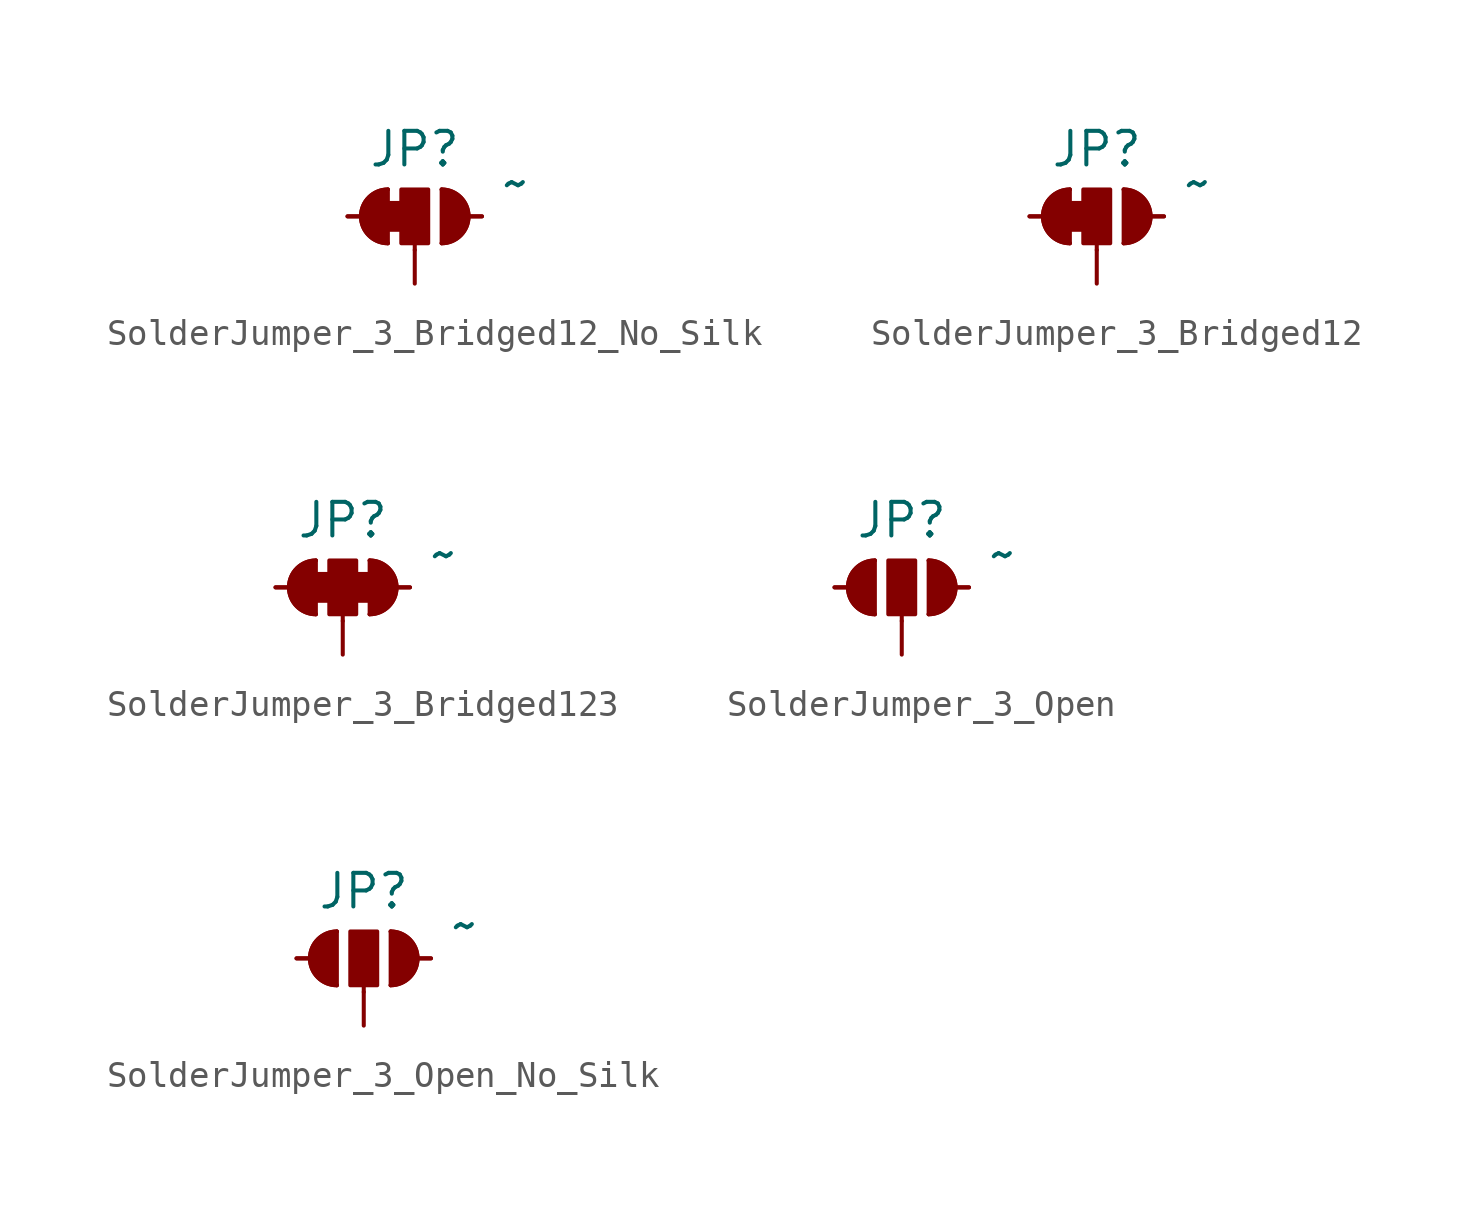
<source format=kicad_sym>
(kicad_symbol_lib
  (version 20231120)
  (generator "kicad_symbol_editor")
  (generator_version "8.0")
  (symbol "SolderJumper_3_Bridged12_No_Silk"
    (pin_numbers hide)
    (pin_names
      (offset 0) hide)
    (property "Reference" "JP"
      (at 0 2.54 0)
      (effects (font (size 1.27 1.27))))
    (property "Value" "~"
      (at 3.81 1.27 0)
      (effects (font (size 1.27 1.27))))
    (symbol "SolderJumper_3_Bridged12_No_Silk_0_1"
      (rectangle (start -1.016 0.508) (end -0.508 -0.508) (stroke (width 0) (type default)) (fill (type outline)))
      (arc (start -1.016 1.016) (mid -2.0276 0) (end -1.016 -1.016) (stroke (width 0) (type default)) (fill (type none)))
      (arc (start -1.016 1.016) (mid -2.0276 0) (end -1.016 -1.016) (stroke (width 0) (type default)) (fill (type outline)))
      (rectangle (start -0.508 1.016) (end 0.508 -1.016) (stroke (width 0) (type default)) (fill (type outline)))
      (polyline (pts (xy -2.54 0) (xy -2.032 0)) (stroke (width 0) (type default)) (fill (type none)))
      (polyline (pts (xy -1.016 1.016) (xy -1.016 -1.016)) (stroke (width 0) (type default)) (fill (type none)))
      (polyline (pts (xy 0 -1.27) (xy 0 -1.016)) (stroke (width 0) (type default)) (fill (type none)))
      (polyline (pts (xy 1.016 1.016) (xy 1.016 -1.016)) (stroke (width 0) (type default)) (fill (type none)))
      (polyline (pts (xy 2.54 0) (xy 2.032 0)) (stroke (width 0) (type default)) (fill (type none)))
      (arc (start 1.016 -1.016) (mid 2.0276 0) (end 1.016 1.016) (stroke (width 0) (type default)) (fill (type none)))
      (arc (start 1.016 -1.016) (mid 2.0276 0) (end 1.016 1.016) (stroke (width 0) (type default)) (fill (type outline))))
    (symbol "SolderJumper_3_Bridged12_No_Silk_1_1"
      (pin passive line (at -2.54 0 0) (length 1.27) (name "A" (effects (font (size 1.27 1.27)))) (number "1" (effects (font (size 1.27 1.27)))))
      (pin passive line (at 0 -2.54 90) (length 1.27) (name "B" (effects (font (size 1.27 1.27)))) (number "2" (effects (font (size 1.27 1.27)))))
      (pin passive line (at 2.54 0 180) (length 1.27) (name "C" (effects (font (size 1.27 1.27)))) (number "2" (effects (font (size 1.27 1.27)))))))
  (symbol "SolderJumper_3_Bridged12"
    (pin_numbers hide)
    (pin_names
      (offset 0) hide)
    (property "Reference" "JP"
      (at 0 2.54 0)
      (effects (font (size 1.27 1.27))))
    (property "Value" "~"
      (at 3.81 1.27 0)
      (effects (font (size 1.27 1.27))))
    (symbol "SolderJumper_3_Bridged12_0_1"
      (rectangle (start -1.016 0.508) (end -0.508 -0.508) (stroke (width 0) (type default)) (fill (type outline)))
      (arc (start -1.016 1.016) (mid -2.0276 0) (end -1.016 -1.016) (stroke (width 0) (type default)) (fill (type none)))
      (arc (start -1.016 1.016) (mid -2.0276 0) (end -1.016 -1.016) (stroke (width 0) (type default)) (fill (type outline)))
      (rectangle (start -0.508 1.016) (end 0.508 -1.016) (stroke (width 0) (type default)) (fill (type outline)))
      (polyline (pts (xy -2.54 0) (xy -2.032 0)) (stroke (width 0) (type default)) (fill (type none)))
      (polyline (pts (xy -1.016 1.016) (xy -1.016 -1.016)) (stroke (width 0) (type default)) (fill (type none)))
      (polyline (pts (xy 0 -1.27) (xy 0 -1.016)) (stroke (width 0) (type default)) (fill (type none)))
      (polyline (pts (xy 1.016 1.016) (xy 1.016 -1.016)) (stroke (width 0) (type default)) (fill (type none)))
      (polyline (pts (xy 2.54 0) (xy 2.032 0)) (stroke (width 0) (type default)) (fill (type none)))
      (arc (start 1.016 -1.016) (mid 2.0276 0) (end 1.016 1.016) (stroke (width 0) (type default)) (fill (type none)))
      (arc (start 1.016 -1.016) (mid 2.0276 0) (end 1.016 1.016) (stroke (width 0) (type default)) (fill (type outline))))
    (symbol "SolderJumper_3_Bridged12_1_1"
      (pin passive line (at -2.54 0 0) (length 1.27) (name "A" (effects (font (size 1.27 1.27)))) (number "1" (effects (font (size 1.27 1.27)))))
      (pin passive line (at 0 -2.54 90) (length 1.27) (name "B" (effects (font (size 1.27 1.27)))) (number "2" (effects (font (size 1.27 1.27)))))
      (pin passive line (at 2.54 0 180) (length 1.27) (name "C" (effects (font (size 1.27 1.27)))) (number "3" (effects (font (size 1.27 1.27)))))))
  (symbol "SolderJumper_3_Bridged123"
    (pin_numbers hide)
    (pin_names
      (offset 0) hide)
    (property "Reference" "JP"
      (at 0 2.54 0)
      (effects (font (size 1.27 1.27))))
    (property "Value" "~"
      (at 3.81 1.27 0)
      (effects (font (size 1.27 1.27))))
    (symbol "SolderJumper_3_Bridged123_0_1"
      (rectangle (start -1.016 0.508) (end -0.508 -0.508) (stroke (width 0) (type default)) (fill (type outline)))
      (arc (start -1.016 1.016) (mid -2.0276 0) (end -1.016 -1.016) (stroke (width 0) (type default)) (fill (type none)))
      (arc (start -1.016 1.016) (mid -2.0276 0) (end -1.016 -1.016) (stroke (width 0) (type default)) (fill (type outline)))
      (rectangle (start -0.508 1.016) (end 0.508 -1.016) (stroke (width 0) (type default)) (fill (type outline)))
      (polyline (pts (xy -2.54 0) (xy -2.032 0)) (stroke (width 0) (type default)) (fill (type none)))
      (polyline (pts (xy -1.016 1.016) (xy -1.016 -1.016)) (stroke (width 0) (type default)) (fill (type none)))
      (polyline (pts (xy 0 -1.27) (xy 0 -1.016)) (stroke (width 0) (type default)) (fill (type none)))
      (polyline (pts (xy 1.016 1.016) (xy 1.016 -1.016)) (stroke (width 0) (type default)) (fill (type none)))
      (polyline (pts (xy 2.54 0) (xy 2.032 0)) (stroke (width 0) (type default)) (fill (type none)))
      (rectangle (start 0.508 0.508) (end 1.016 -0.508) (stroke (width 0) (type default)) (fill (type outline)))
      (arc (start 1.016 -1.016) (mid 2.0276 0) (end 1.016 1.016) (stroke (width 0) (type default)) (fill (type none)))
      (arc (start 1.016 -1.016) (mid 2.0276 0) (end 1.016 1.016) (stroke (width 0) (type default)) (fill (type outline))))
    (symbol "SolderJumper_3_Bridged123_1_1"
      (pin passive line (at -2.54 0 0) (length 1.27) (name "A" (effects (font (size 1.27 1.27)))) (number "1" (effects (font (size 1.27 1.27)))))
      (pin passive line (at 0 -2.54 90) (length 1.27) (name "B" (effects (font (size 1.27 1.27)))) (number "2" (effects (font (size 1.27 1.27)))))
      (pin passive line (at 2.54 0 180) (length 1.27) (name "C" (effects (font (size 1.27 1.27)))) (number "3" (effects (font (size 1.27 1.27)))))))
  (symbol "SolderJumper_3_Open"
    (pin_numbers hide)
    (pin_names
      (offset 0) hide)
    (property "Reference" "JP"
      (at 0 2.54 0)
      (effects (font (size 1.27 1.27))))
    (property "Value" "~"
      (at 3.81 1.27 0)
      (effects (font (size 1.27 1.27))))
    (symbol "SolderJumper_3_Open_0_1"
      (arc (start -1.016 1.016) (mid -2.0276 0) (end -1.016 -1.016) (stroke (width 0) (type default)) (fill (type none)))
      (arc (start -1.016 1.016) (mid -2.0276 0) (end -1.016 -1.016) (stroke (width 0) (type default)) (fill (type outline)))
      (rectangle (start -0.508 1.016) (end 0.508 -1.016) (stroke (width 0) (type default)) (fill (type outline)))
      (polyline (pts (xy -2.54 0) (xy -2.032 0)) (stroke (width 0) (type default)) (fill (type none)))
      (polyline (pts (xy -1.016 1.016) (xy -1.016 -1.016)) (stroke (width 0) (type default)) (fill (type none)))
      (polyline (pts (xy 0 -1.27) (xy 0 -1.016)) (stroke (width 0) (type default)) (fill (type none)))
      (polyline (pts (xy 1.016 1.016) (xy 1.016 -1.016)) (stroke (width 0) (type default)) (fill (type none)))
      (polyline (pts (xy 2.54 0) (xy 2.032 0)) (stroke (width 0) (type default)) (fill (type none)))
      (arc (start 1.016 -1.016) (mid 2.0276 0) (end 1.016 1.016) (stroke (width 0) (type default)) (fill (type none)))
      (arc (start 1.016 -1.016) (mid 2.0276 0) (end 1.016 1.016) (stroke (width 0) (type default)) (fill (type outline))))
    (symbol "SolderJumper_3_Open_1_1"
      (pin passive line (at -2.54 0 0) (length 1.27) (name "A" (effects (font (size 1.27 1.27)))) (number "1" (effects (font (size 1.27 1.27)))))
      (pin passive line (at 0 -2.54 90) (length 1.27) (name "B" (effects (font (size 1.27 1.27)))) (number "2" (effects (font (size 1.27 1.27)))))
      (pin passive line (at 2.54 0 180) (length 1.27) (name "C" (effects (font (size 1.27 1.27)))) (number "3" (effects (font (size 1.27 1.27)))))))
  (symbol "SolderJumper_3_Open_No_Silk"
    (pin_numbers hide)
    (pin_names
      (offset 0) hide)
    (property "Reference" "JP"
      (at 0 2.54 0)
      (effects (font (size 1.27 1.27))))
    (property "Value" "~"
      (at 3.81 1.27 0)
      (effects (font (size 1.27 1.27))))
    (symbol "SolderJumper_3_Open_No_Silk_0_1"
      (arc (start -1.016 1.016) (mid -2.0276 0) (end -1.016 -1.016) (stroke (width 0) (type default)) (fill (type none)))
      (arc (start -1.016 1.016) (mid -2.0276 0) (end -1.016 -1.016) (stroke (width 0) (type default)) (fill (type outline)))
      (rectangle (start -0.508 1.016) (end 0.508 -1.016) (stroke (width 0) (type default)) (fill (type outline)))
      (polyline (pts (xy -2.54 0) (xy -2.032 0)) (stroke (width 0) (type default)) (fill (type none)))
      (polyline (pts (xy -1.016 1.016) (xy -1.016 -1.016)) (stroke (width 0) (type default)) (fill (type none)))
      (polyline (pts (xy 0 -1.27) (xy 0 -1.016)) (stroke (width 0) (type default)) (fill (type none)))
      (polyline (pts (xy 1.016 1.016) (xy 1.016 -1.016)) (stroke (width 0) (type default)) (fill (type none)))
      (polyline (pts (xy 2.54 0) (xy 2.032 0)) (stroke (width 0) (type default)) (fill (type none)))
      (arc (start 1.016 -1.016) (mid 2.0276 0) (end 1.016 1.016) (stroke (width 0) (type default)) (fill (type none)))
      (arc (start 1.016 -1.016) (mid 2.0276 0) (end 1.016 1.016) (stroke (width 0) (type default)) (fill (type outline))))
    (symbol "SolderJumper_3_Open_No_Silk_1_1"
      (pin passive line (at -2.54 0 0) (length 1.27) (name "A" (effects (font (size 1.27 1.27)))) (number "1" (effects (font (size 1.27 1.27)))))
      (pin passive line (at 0 -2.54 90) (length 1.27) (name "B" (effects (font (size 1.27 1.27)))) (number "2" (effects (font (size 1.27 1.27)))))
      (pin passive line (at 2.54 0 180) (length 1.27) (name "C" (effects (font (size 1.27 1.27)))) (number "3" (effects (font (size 1.27 1.27))))))))
</source>
